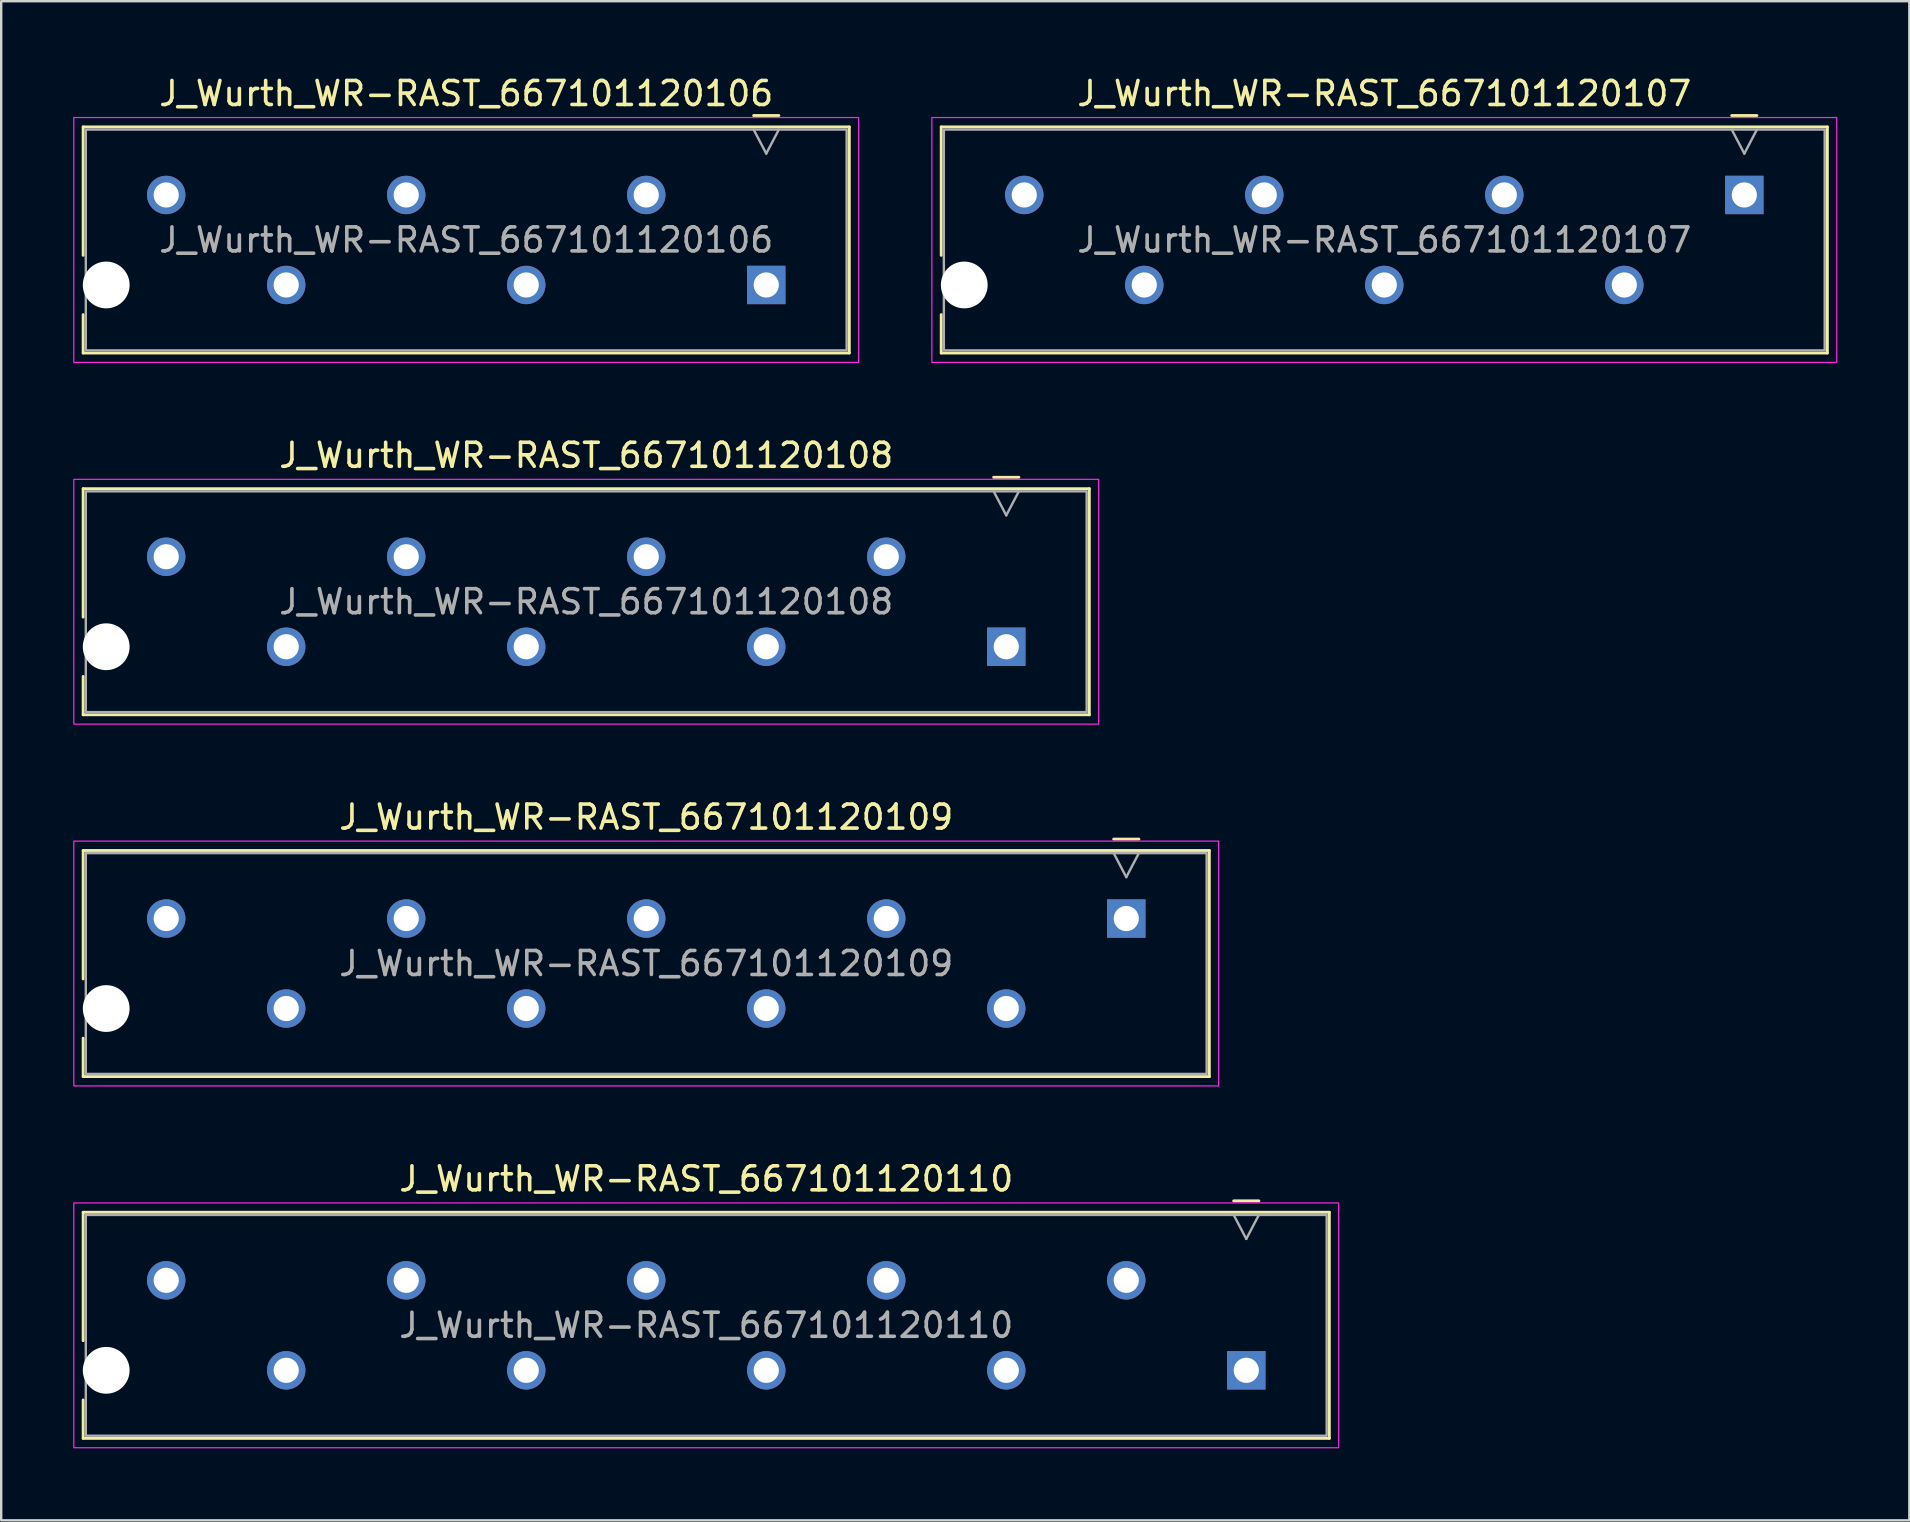
<source format=kicad_pcb>
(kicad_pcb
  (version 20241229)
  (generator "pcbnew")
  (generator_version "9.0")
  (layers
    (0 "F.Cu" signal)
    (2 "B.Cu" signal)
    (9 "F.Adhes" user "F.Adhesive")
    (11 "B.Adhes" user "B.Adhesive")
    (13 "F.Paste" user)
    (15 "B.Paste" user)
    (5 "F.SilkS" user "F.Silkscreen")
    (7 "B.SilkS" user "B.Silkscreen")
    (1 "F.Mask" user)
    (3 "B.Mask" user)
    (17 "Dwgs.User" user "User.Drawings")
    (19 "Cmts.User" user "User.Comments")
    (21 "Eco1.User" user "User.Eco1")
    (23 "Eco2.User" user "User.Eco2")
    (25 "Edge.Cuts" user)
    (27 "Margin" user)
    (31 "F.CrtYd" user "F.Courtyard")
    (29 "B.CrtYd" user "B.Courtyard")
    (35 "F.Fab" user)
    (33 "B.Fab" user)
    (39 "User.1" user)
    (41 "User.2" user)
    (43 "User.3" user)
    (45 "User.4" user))
  (footprint "J_Wurth_WR-RAST_667101120108"
    (layer "F.Cu")
    (at 38.875 23.896)
    (property "Reference" "J_Wurth_WR-RAST_667101120108" (at -17.5 -7.975 0) (unlocked yes) (layer "F.SilkS") (effects (font (size 1 1) (thickness 0.15))))
    (attr smd)
    (fp_line (start -38.46 -6.585) (end -38.46 -1.235) (stroke (width 0.12) (type default)) (layer "F.SilkS"))
    (fp_line (start -38.46 -6.585) (end 3.46 -6.585) (stroke (width 0.12) (type default)) (layer "F.SilkS"))
    (fp_line (start -38.46 2.835) (end -38.46 1.235) (stroke (width 0.12) (type default)) (layer "F.SilkS"))
    (fp_line (start -38.46 2.835) (end 3.46 2.835) (stroke (width 0.12) (type default)) (layer "F.SilkS"))
    (fp_line (start -0.525 -7.06) (end 0.525 -7.06) (stroke (width 0.12) (type default)) (layer "F.SilkS"))
    (fp_line (start 3.46 -6.585) (end 3.46 2.835) (stroke (width 0.12) (type default)) (layer "F.SilkS"))
    (fp_rect (start -38.85 -6.975) (end 3.85 3.225) (stroke (width 0.05) (type default)) (fill no) (layer "F.CrtYd"))
    (fp_line (start -0.525 -6.475) (end 0 -5.475) (stroke (width 0.1) (type default)) (layer "F.Fab"))
    (fp_line (start 0.525 -6.475) (end 0 -5.475) (stroke (width 0.1) (type default)) (layer "F.Fab"))
    (fp_rect (start -38.35 -6.475) (end 3.35 2.725) (stroke (width 0.1) (type default)) (fill no) (layer "F.Fab"))
    (fp_text user "${REFERENCE}" (at -17.5 -1.875 0) (unlocked yes) (layer "F.Fab") (effects (font (size 1 1) (thickness 0.15))))
    (pad "" np_thru_hole circle (at -37.5 0) (size 1.95 1.95) (drill 1.95) (layers "*.Cu" "*.Mask"))
    (pad "1" thru_hole rect (at 0 0) (size 1.6 1.6) (drill 1.05) (layers "*.Cu" "*.Mask"))
    (pad "2" thru_hole circle (at -5 -3.75) (size 1.6 1.6) (drill 1.05) (layers "*.Cu" "*.Mask"))
    (pad "3" thru_hole circle (at -10 0) (size 1.6 1.6) (drill 1.05) (layers "*.Cu" "*.Mask"))
    (pad "4" thru_hole circle (at -15 -3.75) (size 1.6 1.6) (drill 1.05) (layers "*.Cu" "*.Mask"))
    (pad "5" thru_hole circle (at -20 0) (size 1.6 1.6) (drill 1.05) (layers "*.Cu" "*.Mask"))
    (pad "6" thru_hole circle (at -25 -3.75) (size 1.6 1.6) (drill 1.05) (layers "*.Cu" "*.Mask"))
    (pad "7" thru_hole circle (at -30 0) (size 1.6 1.6) (drill 1.05) (layers "*.Cu" "*.Mask"))
    (pad "8" thru_hole circle (at -35 -3.75) (size 1.6 1.6) (drill 1.05) (layers "*.Cu" "*.Mask")))
  (footprint "J_Wurth_WR-RAST_667101120106"
    (layer "F.Cu")
    (at 28.875 8.823)
    (property "Reference" "J_Wurth_WR-RAST_667101120106" (at -12.5 -7.975 0) (unlocked yes) (layer "F.SilkS") (effects (font (size 1 1) (thickness 0.15))))
    (attr smd)
    (fp_line (start -28.46 -6.585) (end -28.46 -1.235) (stroke (width 0.12) (type default)) (layer "F.SilkS"))
    (fp_line (start -28.46 -6.585) (end 3.46 -6.585) (stroke (width 0.12) (type default)) (layer "F.SilkS"))
    (fp_line (start -28.46 2.835) (end -28.46 1.235) (stroke (width 0.12) (type default)) (layer "F.SilkS"))
    (fp_line (start -28.46 2.835) (end 3.46 2.835) (stroke (width 0.12) (type default)) (layer "F.SilkS"))
    (fp_line (start -0.525 -7.06) (end 0.525 -7.06) (stroke (width 0.12) (type default)) (layer "F.SilkS"))
    (fp_line (start 3.46 -6.585) (end 3.46 2.835) (stroke (width 0.12) (type default)) (layer "F.SilkS"))
    (fp_rect (start -28.85 -6.975) (end 3.85 3.225) (stroke (width 0.05) (type default)) (fill no) (layer "F.CrtYd"))
    (fp_line (start -0.525 -6.475) (end 0 -5.475) (stroke (width 0.1) (type default)) (layer "F.Fab"))
    (fp_line (start 0.525 -6.475) (end 0 -5.475) (stroke (width 0.1) (type default)) (layer "F.Fab"))
    (fp_rect (start -28.35 -6.475) (end 3.35 2.725) (stroke (width 0.1) (type default)) (fill no) (layer "F.Fab"))
    (fp_text user "${REFERENCE}" (at -12.5 -1.875 0) (unlocked yes) (layer "F.Fab") (effects (font (size 1 1) (thickness 0.15))))
    (pad "" np_thru_hole circle (at -27.5 0) (size 1.95 1.95) (drill 1.95) (layers "*.Cu" "*.Mask"))
    (pad "1" thru_hole rect (at 0 0) (size 1.6 1.6) (drill 1.05) (layers "*.Cu" "*.Mask"))
    (pad "2" thru_hole circle (at -5 -3.75) (size 1.6 1.6) (drill 1.05) (layers "*.Cu" "*.Mask"))
    (pad "3" thru_hole circle (at -10 0) (size 1.6 1.6) (drill 1.05) (layers "*.Cu" "*.Mask"))
    (pad "4" thru_hole circle (at -15 -3.75) (size 1.6 1.6) (drill 1.05) (layers "*.Cu" "*.Mask"))
    (pad "5" thru_hole circle (at -20 0) (size 1.6 1.6) (drill 1.05) (layers "*.Cu" "*.Mask"))
    (pad "6" thru_hole circle (at -25 -3.75) (size 1.6 1.6) (drill 1.05) (layers "*.Cu" "*.Mask")))
  (footprint "J_Wurth_WR-RAST_667101120109"
    (layer "F.Cu")
    (at 43.875 35.22)
    (property "Reference" "J_Wurth_WR-RAST_667101120109" (at -20 -4.225 0) (unlocked yes) (layer "F.SilkS") (effects (font (size 1 1) (thickness 0.15))))
    (attr smd)
    (fp_line (start -43.46 -2.835) (end -43.46 2.515) (stroke (width 0.12) (type default)) (layer "F.SilkS"))
    (fp_line (start -43.46 -2.835) (end 3.46 -2.835) (stroke (width 0.12) (type default)) (layer "F.SilkS"))
    (fp_line (start -43.46 6.585) (end -43.46 4.985) (stroke (width 0.12) (type default)) (layer "F.SilkS"))
    (fp_line (start -43.46 6.585) (end 3.46 6.585) (stroke (width 0.12) (type default)) (layer "F.SilkS"))
    (fp_line (start -0.525 -3.31) (end 0.525 -3.31) (stroke (width 0.12) (type default)) (layer "F.SilkS"))
    (fp_line (start 3.46 -2.835) (end 3.46 6.585) (stroke (width 0.12) (type default)) (layer "F.SilkS"))
    (fp_rect (start -43.85 -3.225) (end 3.85 6.975) (stroke (width 0.05) (type default)) (fill no) (layer "F.CrtYd"))
    (fp_line (start -0.525 -2.725) (end 0 -1.725) (stroke (width 0.1) (type default)) (layer "F.Fab"))
    (fp_line (start 0.525 -2.725) (end 0 -1.725) (stroke (width 0.1) (type default)) (layer "F.Fab"))
    (fp_rect (start -43.35 -2.725) (end 3.35 6.475) (stroke (width 0.1) (type default)) (fill no) (layer "F.Fab"))
    (fp_text user "${REFERENCE}" (at -20 1.875 0) (unlocked yes) (layer "F.Fab") (effects (font (size 1 1) (thickness 0.15))))
    (pad "" np_thru_hole circle (at -42.5 3.75) (size 1.95 1.95) (drill 1.95) (layers "*.Cu" "*.Mask"))
    (pad "1" thru_hole rect (at 0 0) (size 1.6 1.6) (drill 1.05) (layers "*.Cu" "*.Mask"))
    (pad "2" thru_hole circle (at -5 3.75) (size 1.6 1.6) (drill 1.05) (layers "*.Cu" "*.Mask"))
    (pad "3" thru_hole circle (at -10 0) (size 1.6 1.6) (drill 1.05) (layers "*.Cu" "*.Mask"))
    (pad "4" thru_hole circle (at -15 3.75) (size 1.6 1.6) (drill 1.05) (layers "*.Cu" "*.Mask"))
    (pad "5" thru_hole circle (at -20 0) (size 1.6 1.6) (drill 1.05) (layers "*.Cu" "*.Mask"))
    (pad "6" thru_hole circle (at -25 3.75) (size 1.6 1.6) (drill 1.05) (layers "*.Cu" "*.Mask"))
    (pad "7" thru_hole circle (at -30 0) (size 1.6 1.6) (drill 1.05) (layers "*.Cu" "*.Mask"))
    (pad "8" thru_hole circle (at -35 3.75) (size 1.6 1.6) (drill 1.05) (layers "*.Cu" "*.Mask"))
    (pad "9" thru_hole circle (at -40 0) (size 1.6 1.6) (drill 1.05) (layers "*.Cu" "*.Mask")))
  (footprint "J_Wurth_WR-RAST_667101120107"
    (layer "F.Cu")
    (at 69.625 5.073)
    (property "Reference" "J_Wurth_WR-RAST_667101120107" (at -15 -4.225 0) (unlocked yes) (layer "F.SilkS") (effects (font (size 1 1) (thickness 0.15))))
    (attr smd)
    (fp_line (start -33.46 -2.835) (end -33.46 2.515) (stroke (width 0.12) (type default)) (layer "F.SilkS"))
    (fp_line (start -33.46 -2.835) (end 3.46 -2.835) (stroke (width 0.12) (type default)) (layer "F.SilkS"))
    (fp_line (start -33.46 6.585) (end -33.46 4.985) (stroke (width 0.12) (type default)) (layer "F.SilkS"))
    (fp_line (start -33.46 6.585) (end 3.46 6.585) (stroke (width 0.12) (type default)) (layer "F.SilkS"))
    (fp_line (start -0.525 -3.31) (end 0.525 -3.31) (stroke (width 0.12) (type default)) (layer "F.SilkS"))
    (fp_line (start 3.46 -2.835) (end 3.46 6.585) (stroke (width 0.12) (type default)) (layer "F.SilkS"))
    (fp_rect (start -33.85 -3.225) (end 3.85 6.975) (stroke (width 0.05) (type default)) (fill no) (layer "F.CrtYd"))
    (fp_line (start -0.525 -2.725) (end 0 -1.725) (stroke (width 0.1) (type default)) (layer "F.Fab"))
    (fp_line (start 0.525 -2.725) (end 0 -1.725) (stroke (width 0.1) (type default)) (layer "F.Fab"))
    (fp_rect (start -33.35 -2.725) (end 3.35 6.475) (stroke (width 0.1) (type default)) (fill no) (layer "F.Fab"))
    (fp_text user "${REFERENCE}" (at -15 1.875 0) (unlocked yes) (layer "F.Fab") (effects (font (size 1 1) (thickness 0.15))))
    (pad "" np_thru_hole circle (at -32.5 3.75) (size 1.95 1.95) (drill 1.95) (layers "*.Cu" "*.Mask"))
    (pad "1" thru_hole rect (at 0 0) (size 1.6 1.6) (drill 1.05) (layers "*.Cu" "*.Mask"))
    (pad "2" thru_hole circle (at -5 3.75) (size 1.6 1.6) (drill 1.05) (layers "*.Cu" "*.Mask"))
    (pad "3" thru_hole circle (at -10 0) (size 1.6 1.6) (drill 1.05) (layers "*.Cu" "*.Mask"))
    (pad "4" thru_hole circle (at -15 3.75) (size 1.6 1.6) (drill 1.05) (layers "*.Cu" "*.Mask"))
    (pad "5" thru_hole circle (at -20 0) (size 1.6 1.6) (drill 1.05) (layers "*.Cu" "*.Mask"))
    (pad "6" thru_hole circle (at -25 3.75) (size 1.6 1.6) (drill 1.05) (layers "*.Cu" "*.Mask"))
    (pad "7" thru_hole circle (at -30 0) (size 1.6 1.6) (drill 1.05) (layers "*.Cu" "*.Mask")))
  (footprint "J_Wurth_WR-RAST_667101120110"
    (layer "F.Cu")
    (at 48.875 54.043)
    (property "Reference" "J_Wurth_WR-RAST_667101120110" (at -22.5 -7.975 0) (unlocked yes) (layer "F.SilkS") (effects (font (size 1 1) (thickness 0.15))))
    (attr smd)
    (fp_line (start -48.46 -6.585) (end -48.46 -1.235) (stroke (width 0.12) (type default)) (layer "F.SilkS"))
    (fp_line (start -48.46 -6.585) (end 3.46 -6.585) (stroke (width 0.12) (type default)) (layer "F.SilkS"))
    (fp_line (start -48.46 2.835) (end -48.46 1.235) (stroke (width 0.12) (type default)) (layer "F.SilkS"))
    (fp_line (start -48.46 2.835) (end 3.46 2.835) (stroke (width 0.12) (type default)) (layer "F.SilkS"))
    (fp_line (start -0.525 -7.06) (end 0.525 -7.06) (stroke (width 0.12) (type default)) (layer "F.SilkS"))
    (fp_line (start 3.46 -6.585) (end 3.46 2.835) (stroke (width 0.12) (type default)) (layer "F.SilkS"))
    (fp_rect (start -48.85 -6.975) (end 3.85 3.225) (stroke (width 0.05) (type default)) (fill no) (layer "F.CrtYd"))
    (fp_line (start -0.525 -6.475) (end 0 -5.475) (stroke (width 0.1) (type default)) (layer "F.Fab"))
    (fp_line (start 0.525 -6.475) (end 0 -5.475) (stroke (width 0.1) (type default)) (layer "F.Fab"))
    (fp_rect (start -48.35 -6.475) (end 3.35 2.725) (stroke (width 0.1) (type default)) (fill no) (layer "F.Fab"))
    (fp_text user "${REFERENCE}" (at -22.5 -1.875 0) (unlocked yes) (layer "F.Fab") (effects (font (size 1 1) (thickness 0.15))))
    (pad "" np_thru_hole circle (at -47.5 0) (size 1.95 1.95) (drill 1.95) (layers "*.Cu" "*.Mask"))
    (pad "1" thru_hole rect (at 0 0) (size 1.6 1.6) (drill 1.05) (layers "*.Cu" "*.Mask"))
    (pad "2" thru_hole circle (at -5 -3.75) (size 1.6 1.6) (drill 1.05) (layers "*.Cu" "*.Mask"))
    (pad "3" thru_hole circle (at -10 0) (size 1.6 1.6) (drill 1.05) (layers "*.Cu" "*.Mask"))
    (pad "4" thru_hole circle (at -15 -3.75) (size 1.6 1.6) (drill 1.05) (layers "*.Cu" "*.Mask"))
    (pad "5" thru_hole circle (at -20 0) (size 1.6 1.6) (drill 1.05) (layers "*.Cu" "*.Mask"))
    (pad "6" thru_hole circle (at -25 -3.75) (size 1.6 1.6) (drill 1.05) (layers "*.Cu" "*.Mask"))
    (pad "7" thru_hole circle (at -30 0) (size 1.6 1.6) (drill 1.05) (layers "*.Cu" "*.Mask"))
    (pad "8" thru_hole circle (at -35 -3.75) (size 1.6 1.6) (drill 1.05) (layers "*.Cu" "*.Mask"))
    (pad "9" thru_hole circle (at -40 0) (size 1.6 1.6) (drill 1.05) (layers "*.Cu" "*.Mask"))
    (pad "10" thru_hole circle (at -45 -3.75) (size 1.6 1.6) (drill 1.05) (layers "*.Cu" "*.Mask")))
  (gr_rect
    (start -3 -3)
    (end 76.5 60.293)
    (stroke (width 0.1) (type default))
    (fill no)
    (layer "Edge.Cuts")))
</source>
